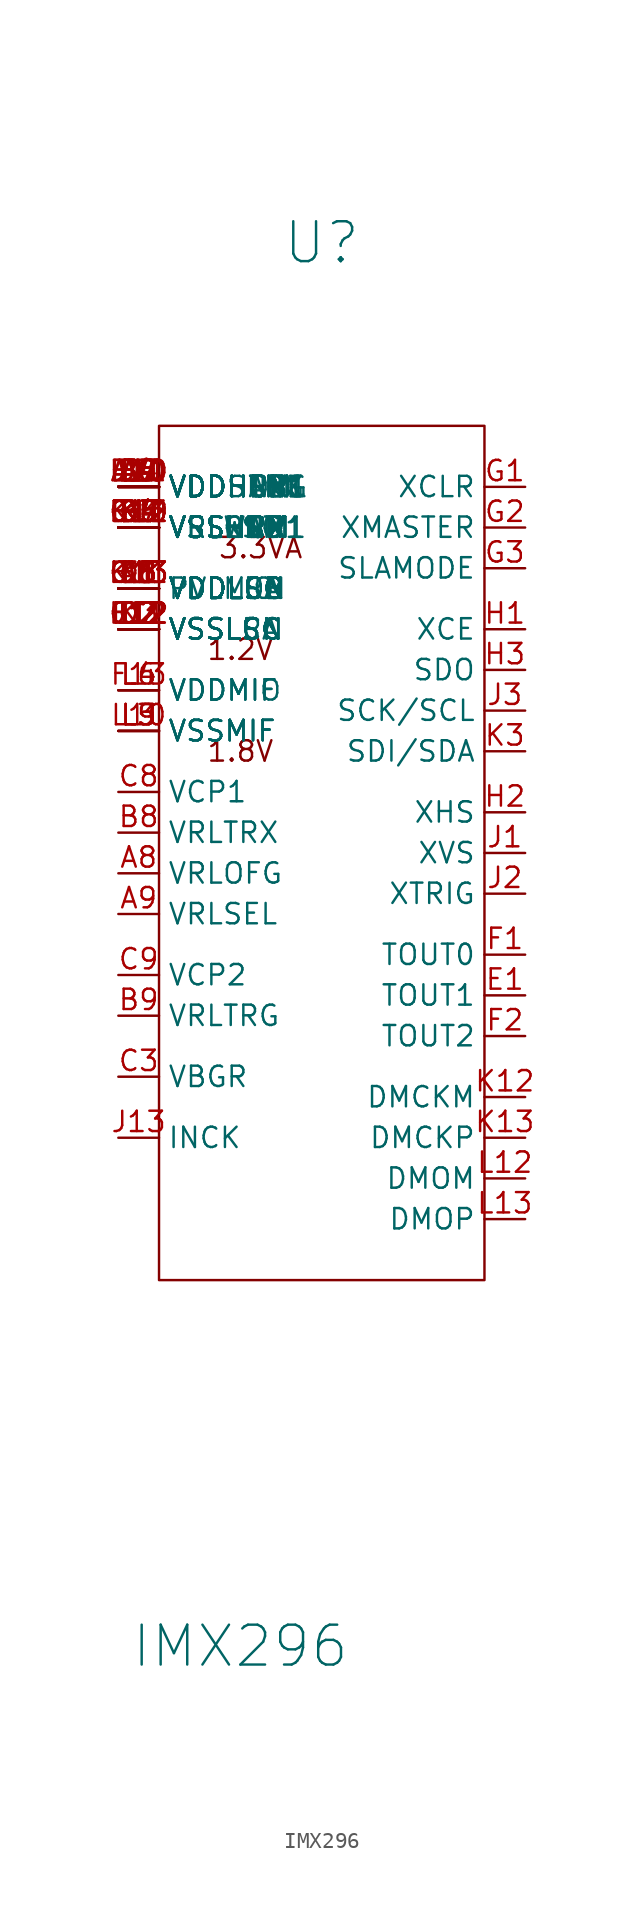
<source format=kicad_sym>
(kicad_symbol_lib
  (version 20220914)
  (generator kicad_symbol_editor)
  (symbol "IMX296"
    (property "Reference" "U"
      (at 0 38.1 0)
      (effects (font (size 2.489 2.489))))
    (property "Value" "IMX296"
      (at -5.08 -49.53 0)
      (effects (font (size 2.489 2.489))))
    (symbol "IMX296_0_0"
      (rectangle (start -10.16 26.67) (end 10.16 -26.67) (stroke (width 0) (type default)) (fill (type none)))
      (text "1.2V" (at -5.08 12.7 0) (effects (font (size 1.27 1.27))))
      (text "1.8V" (at -5.08 6.35 0) (effects (font (size 1.27 1.27))))
      (text "3.3VA" (at -3.81 19.05 0) (effects (font (size 1.27 1.27)))))
    (symbol "IMX296_1_1"
      (pin power_in line (at -12.7 22.86 0) (length 2.54) (name "VDDHSEL" (effects (font (size 1.27 1.27)))) (number "A10" (effects (font (size 1.27 1.27)))))
      (pin power_in line (at -12.7 22.86 0) (length 2.54) (name "VDDHTM1" (effects (font (size 1.27 1.27)))) (number "A11" (effects (font (size 1.27 1.27)))))
      (pin no_connect line (at -7.62 -20.32 0) (length 0) hide (name "NC" (effects (font (size 1.27 1.27)))) (number "A3" (effects (font (size 1.27 1.27)))))
      (pin power_in line (at -12.7 22.86 0) (length 2.54) (name "VDDHAN" (effects (font (size 1.27 1.27)))) (number "A4" (effects (font (size 1.27 1.27)))))
      (pin power_in line (at -12.7 16.51 0) (length 2.54) (name "PVLM" (effects (font (size 1.27 1.27)))) (number "A5" (effects (font (size 1.27 1.27)))))
      (pin power_in line (at -12.7 22.86 0) (length 2.54) (name "VDDHRST" (effects (font (size 1.27 1.27)))) (number "A6" (effects (font (size 1.27 1.27)))))
      (pin power_in line (at -12.7 22.86 0) (length 2.54) (name "VDDHOFG" (effects (font (size 1.27 1.27)))) (number "A7" (effects (font (size 1.27 1.27)))))
      (pin input line (at -12.7 -1.27 0) (length 2.54) (name "VRLOFG" (effects (font (size 1.27 1.27)))) (number "A8" (effects (font (size 1.27 1.27)))))
      (pin input line (at -12.7 -3.81 0) (length 2.54) (name "VRLSEL" (effects (font (size 1.27 1.27)))) (number "A9" (effects (font (size 1.27 1.27)))))
      (pin power_in line (at -12.7 22.86 0) (length 2.54) (name "VDDHTRG" (effects (font (size 1.27 1.27)))) (number "B10" (effects (font (size 1.27 1.27)))))
      (pin power_in line (at -12.7 20.32 0) (length 2.54) (name "VSSHTM1" (effects (font (size 1.27 1.27)))) (number "B11" (effects (font (size 1.27 1.27)))))
      (pin power_in line (at -12.7 20.32 0) (length 2.54) (name "VSSHAN" (effects (font (size 1.27 1.27)))) (number "B3" (effects (font (size 1.27 1.27)))))
      (pin power_in line (at -12.7 20.32 0) (length 2.54) (name "VSSHAN" (effects (font (size 1.27 1.27)))) (number "B4" (effects (font (size 1.27 1.27)))))
      (pin power_in line (at -12.7 20.32 0) (length 2.54) (name "VSSHPX" (effects (font (size 1.27 1.27)))) (number "B5" (effects (font (size 1.27 1.27)))))
      (pin power_in line (at -12.7 20.32 0) (length 2.54) (name "VRLRST" (effects (font (size 1.27 1.27)))) (number "B6" (effects (font (size 1.27 1.27)))))
      (pin power_in line (at -12.7 22.86 0) (length 2.54) (name "VDDHTRX" (effects (font (size 1.27 1.27)))) (number "B7" (effects (font (size 1.27 1.27)))))
      (pin input line (at -12.7 1.27 0) (length 2.54) (name "VRLTRX" (effects (font (size 1.27 1.27)))) (number "B8" (effects (font (size 1.27 1.27)))))
      (pin input line (at -12.7 -10.16 0) (length 2.54) (name "VRLTRG" (effects (font (size 1.27 1.27)))) (number "B9" (effects (font (size 1.27 1.27)))))
      (pin power_in line (at -12.7 16.51 0) (length 2.54) (name "VDDLON" (effects (font (size 1.27 1.27)))) (number "C1" (effects (font (size 1.27 1.27)))))
      (pin power_in line (at -12.7 20.32 0) (length 2.54) (name "VRLGND" (effects (font (size 1.27 1.27)))) (number "C10" (effects (font (size 1.27 1.27)))))
      (pin power_in line (at -12.7 20.32 0) (length 2.54) (name "VRLWSS" (effects (font (size 1.27 1.27)))) (number "C11" (effects (font (size 1.27 1.27)))))
      (pin power_in line (at -12.7 13.97 0) (length 2.54) (name "VSSLCN" (effects (font (size 1.27 1.27)))) (number "C12" (effects (font (size 1.27 1.27)))))
      (pin power_in line (at -12.7 16.51 0) (length 2.54) (name "VDDLCN" (effects (font (size 1.27 1.27)))) (number "C13" (effects (font (size 1.27 1.27)))))
      (pin power_in line (at -12.7 13.97 0) (length 2.54) (name "VSSLCN" (effects (font (size 1.27 1.27)))) (number "C2" (effects (font (size 1.27 1.27)))))
      (pin output line (at -12.7 -13.97 0) (length 2.54) (name "VBGR" (effects (font (size 1.27 1.27)))) (number "C3" (effects (font (size 1.27 1.27)))))
      (pin no_connect line (at -3.81 -21.59 0) (length 2.54) hide (name "NC" (effects (font (size 1.27 1.27)))) (number "C4" (effects (font (size 1.27 1.27)))))
      (pin no_connect line (at -7.62 -22.86 0) (length 0) hide (name "NC" (effects (font (size 1.27 1.27)))) (number "C5" (effects (font (size 1.27 1.27)))))
      (pin no_connect line (at -3.81 -20.32 0) (length 2.54) hide (name "NC" (effects (font (size 1.27 1.27)))) (number "C6" (effects (font (size 1.27 1.27)))))
      (pin power_in line (at -12.7 20.32 0) (length 2.54) (name "VSSHPX" (effects (font (size 1.27 1.27)))) (number "C7" (effects (font (size 1.27 1.27)))))
      (pin output line (at -12.7 3.81 0) (length 2.54) (name "VCP1" (effects (font (size 1.27 1.27)))) (number "C8" (effects (font (size 1.27 1.27)))))
      (pin output line (at -12.7 -7.62 0) (length 2.54) (name "VCP2" (effects (font (size 1.27 1.27)))) (number "C9" (effects (font (size 1.27 1.27)))))
      (pin power_in line (at -12.7 16.51 0) (length 2.54) (name "VDDLSC" (effects (font (size 1.27 1.27)))) (number "D1" (effects (font (size 1.27 1.27)))))
      (pin power_in line (at -12.7 20.32 0) (length 2.54) (name "VSSHPX" (effects (font (size 1.27 1.27)))) (number "D10" (effects (font (size 1.27 1.27)))))
      (pin power_in line (at -12.7 20.32 0) (length 2.54) (name "VSSHPX" (effects (font (size 1.27 1.27)))) (number "D11" (effects (font (size 1.27 1.27)))))
      (pin power_in line (at -12.7 20.32 0) (length 2.54) (name "VSSLSC" (effects (font (size 1.27 1.27)))) (number "D12" (effects (font (size 1.27 1.27)))))
      (pin power_in line (at -12.7 16.51 0) (length 2.54) (name "VDDLSC" (effects (font (size 1.27 1.27)))) (number "D13" (effects (font (size 1.27 1.27)))))
      (pin power_in line (at -12.7 13.97 0) (length 2.54) (name "VSSLSC" (effects (font (size 1.27 1.27)))) (number "D2" (effects (font (size 1.27 1.27)))))
      (pin power_in line (at -12.7 13.97 0) (length 2.54) (name "VSSLSC" (effects (font (size 1.27 1.27)))) (number "D3" (effects (font (size 1.27 1.27)))))
      (pin power_in line (at -12.7 20.32 0) (length 2.54) (name "VSSHPX" (effects (font (size 1.27 1.27)))) (number "D4" (effects (font (size 1.27 1.27)))))
      (pin power_in line (at -12.7 20.32 0) (length 2.54) (name "VSSHCM" (effects (font (size 1.27 1.27)))) (number "D5" (effects (font (size 1.27 1.27)))))
      (pin power_in line (at -12.7 20.32 0) (length 2.54) (name "VSSHCM" (effects (font (size 1.27 1.27)))) (number "D6" (effects (font (size 1.27 1.27)))))
      (pin power_in line (at -12.7 20.32 0) (length 2.54) (name "VSSHPX" (effects (font (size 1.27 1.27)))) (number "D7" (effects (font (size 1.27 1.27)))))
      (pin power_in line (at -12.7 20.32 0) (length 2.54) (name "VSSHCM" (effects (font (size 1.27 1.27)))) (number "D8" (effects (font (size 1.27 1.27)))))
      (pin power_in line (at -12.7 20.32 0) (length 2.54) (name "VSSHCM" (effects (font (size 1.27 1.27)))) (number "D9" (effects (font (size 1.27 1.27)))))
      (pin output line (at 12.7 -8.89 180) (length 2.54) (name "TOUT1" (effects (font (size 1.27 1.27)))) (number "E1" (effects (font (size 1.27 1.27)))))
      (pin power_in line (at -12.7 22.86 0) (length 2.54) (name "VDDHPX" (effects (font (size 1.27 1.27)))) (number "E10" (effects (font (size 1.27 1.27)))))
      (pin no_connect line (at -3.81 -24.13 0) (length 2.54) hide (name "NC" (effects (font (size 1.27 1.27)))) (number "E11" (effects (font (size 1.27 1.27)))))
      (pin power_in line (at -12.7 20.32 0) (length 2.54) (name "VSSH" (effects (font (size 1.27 1.27)))) (number "E12" (effects (font (size 1.27 1.27)))))
      (pin power_in line (at -12.7 20.32 0) (length 2.54) (name "VSSH" (effects (font (size 1.27 1.27)))) (number "E13" (effects (font (size 1.27 1.27)))))
      (pin no_connect line (at -5.08 -24.13 0) (length 0) hide (name "NC" (effects (font (size 1.27 1.27)))) (number "E2" (effects (font (size 1.27 1.27)))))
      (pin no_connect line (at -5.08 -22.86 0) (length 0) hide (name "NC" (effects (font (size 1.27 1.27)))) (number "E3" (effects (font (size 1.27 1.27)))))
      (pin power_in line (at -12.7 22.86 0) (length 2.54) (name "VDDHPX" (effects (font (size 1.27 1.27)))) (number "E4" (effects (font (size 1.27 1.27)))))
      (pin power_in line (at -12.7 16.51 0) (length 2.54) (name "VDDLCB" (effects (font (size 1.27 1.27)))) (number "E5" (effects (font (size 1.27 1.27)))))
      (pin power_in line (at -12.7 22.86 0) (length 2.54) (name "VDDHCM" (effects (font (size 1.27 1.27)))) (number "E6" (effects (font (size 1.27 1.27)))))
      (pin power_in line (at -12.7 22.86 0) (length 2.54) (name "VDDSUB" (effects (font (size 1.27 1.27)))) (number "E7" (effects (font (size 1.27 1.27)))))
      (pin power_in line (at -12.7 16.51 0) (length 2.54) (name "VDDLCB" (effects (font (size 1.27 1.27)))) (number "E8" (effects (font (size 1.27 1.27)))))
      (pin power_in line (at -12.7 22.86 0) (length 2.54) (name "VDDHCM" (effects (font (size 1.27 1.27)))) (number "E9" (effects (font (size 1.27 1.27)))))
      (pin output line (at 12.7 -6.35 180) (length 2.54) (name "TOUT0" (effects (font (size 1.27 1.27)))) (number "F1" (effects (font (size 1.27 1.27)))))
      (pin no_connect line (at -7.62 -21.59 0) (length 0) hide (name "NC" (effects (font (size 1.27 1.27)))) (number "F10" (effects (font (size 1.27 1.27)))))
      (pin no_connect line (at -5.08 -21.59 0) (length 0) hide (name "NC" (effects (font (size 1.27 1.27)))) (number "F11" (effects (font (size 1.27 1.27)))))
      (pin power_in line (at -12.7 13.97 0) (length 2.54) (name "VSSLSC" (effects (font (size 1.27 1.27)))) (number "F12" (effects (font (size 1.27 1.27)))))
      (pin power_in line (at -12.7 10.16 0) (length 2.54) (name "VDDMIO" (effects (font (size 1.27 1.27)))) (number "F13" (effects (font (size 1.27 1.27)))))
      (pin output line (at 12.7 -11.43 180) (length 2.54) (name "TOUT2" (effects (font (size 1.27 1.27)))) (number "F2" (effects (font (size 1.27 1.27)))))
      (pin no_connect line (at -3.81 -22.86 0) (length 2.54) hide (name "NC" (effects (font (size 1.27 1.27)))) (number "F3" (effects (font (size 1.27 1.27)))))
      (pin power_in line (at -12.7 22.86 0) (length 2.54) (name "VDDHCP1" (effects (font (size 1.27 1.27)))) (number "F4" (effects (font (size 1.27 1.27)))))
      (pin input line (at 12.7 22.86 180) (length 2.54) (name "XCLR" (effects (font (size 1.27 1.27)))) (number "G1" (effects (font (size 1.27 1.27)))))
      (pin no_connect line (at -5.08 -20.32 0) (length 0) hide (name "NC" (effects (font (size 1.27 1.27)))) (number "G10" (effects (font (size 1.27 1.27)))))
      (pin no_connect line (at -7.62 -25.4 0) (length 0) hide (name "NC" (effects (font (size 1.27 1.27)))) (number "G11" (effects (font (size 1.27 1.27)))))
      (pin power_in line (at -12.7 13.97 0) (length 2.54) (name "VSSLCN" (effects (font (size 1.27 1.27)))) (number "G12" (effects (font (size 1.27 1.27)))))
      (pin power_in line (at -12.7 16.51 0) (length 2.54) (name "VDDLCN" (effects (font (size 1.27 1.27)))) (number "G13" (effects (font (size 1.27 1.27)))))
      (pin input line (at 12.7 20.32 180) (length 2.54) (name "XMASTER" (effects (font (size 1.27 1.27)))) (number "G2" (effects (font (size 1.27 1.27)))))
      (pin input line (at 12.7 17.78 180) (length 2.54) (name "SLAMODE" (effects (font (size 1.27 1.27)))) (number "G3" (effects (font (size 1.27 1.27)))))
      (pin power_in line (at -12.7 20.32 0) (length 2.54) (name "VSSHCP1" (effects (font (size 1.27 1.27)))) (number "G4" (effects (font (size 1.27 1.27)))))
      (pin input line (at 12.7 13.97 180) (length 2.54) (name "XCE" (effects (font (size 1.27 1.27)))) (number "H1" (effects (font (size 1.27 1.27)))))
      (pin no_connect line (at -3.81 -25.4 0) (length 2.54) hide (name "NC" (effects (font (size 1.27 1.27)))) (number "H10" (effects (font (size 1.27 1.27)))))
      (pin no_connect line (at -2.54 -20.32 0) (length 2.54) hide (name "NC" (effects (font (size 1.27 1.27)))) (number "H11" (effects (font (size 1.27 1.27)))))
      (pin power_in line (at -12.7 13.97 0) (length 2.54) (name "VSSLSC" (effects (font (size 1.27 1.27)))) (number "H12" (effects (font (size 1.27 1.27)))))
      (pin power_in line (at -12.7 16.51 0) (length 2.54) (name "VDDLSC" (effects (font (size 1.27 1.27)))) (number "H13" (effects (font (size 1.27 1.27)))))
      (pin bidirectional line (at 12.7 2.54 180) (length 2.54) (name "XHS" (effects (font (size 1.27 1.27)))) (number "H2" (effects (font (size 1.27 1.27)))))
      (pin output line (at 12.7 11.43 180) (length 2.54) (name "SDO" (effects (font (size 1.27 1.27)))) (number "H3" (effects (font (size 1.27 1.27)))))
      (pin no_connect line (at -2.54 -22.86 0) (length 2.54) hide (name "NC" (effects (font (size 1.27 1.27)))) (number "H4" (effects (font (size 1.27 1.27)))))
      (pin bidirectional line (at 12.7 0 180) (length 2.54) (name "XVS" (effects (font (size 1.27 1.27)))) (number "J1" (effects (font (size 1.27 1.27)))))
      (pin power_in line (at -12.7 22.86 0) (length 2.54) (name "VDDHPX" (effects (font (size 1.27 1.27)))) (number "J10" (effects (font (size 1.27 1.27)))))
      (pin no_connect line (at -2.54 -24.13 0) (length 2.54) hide (name "NC" (effects (font (size 1.27 1.27)))) (number "J11" (effects (font (size 1.27 1.27)))))
      (pin power_in line (at -12.7 13.97 0) (length 2.54) (name "VSSLSC" (effects (font (size 1.27 1.27)))) (number "J12" (effects (font (size 1.27 1.27)))))
      (pin input line (at -12.7 -17.78 0) (length 2.54) (name "INCK" (effects (font (size 1.27 1.27)))) (number "J13" (effects (font (size 1.27 1.27)))))
      (pin input line (at 12.7 -2.54 180) (length 2.54) (name "XTRIG" (effects (font (size 1.27 1.27)))) (number "J2" (effects (font (size 1.27 1.27)))))
      (pin input line (at 12.7 8.89 180) (length 2.54) (name "SCK/SCL" (effects (font (size 1.27 1.27)))) (number "J3" (effects (font (size 1.27 1.27)))))
      (pin power_in line (at -12.7 22.86 0) (length 2.54) (name "VDDHPX" (effects (font (size 1.27 1.27)))) (number "J4" (effects (font (size 1.27 1.27)))))
      (pin power_in line (at -12.7 16.51 0) (length 2.54) (name "VDDLCB" (effects (font (size 1.27 1.27)))) (number "J5" (effects (font (size 1.27 1.27)))))
      (pin power_in line (at -12.7 22.86 0) (length 2.54) (name "VDDHCM" (effects (font (size 1.27 1.27)))) (number "J6" (effects (font (size 1.27 1.27)))))
      (pin no_connect line (at -2.54 -25.4 0) (length 2.54) hide (name "NC" (effects (font (size 1.27 1.27)))) (number "J7" (effects (font (size 1.27 1.27)))))
      (pin power_in line (at -12.7 16.51 0) (length 2.54) (name "VDDLCB" (effects (font (size 1.27 1.27)))) (number "J8" (effects (font (size 1.27 1.27)))))
      (pin power_in line (at -12.7 22.86 0) (length 2.54) (name "VDDHCM" (effects (font (size 1.27 1.27)))) (number "J9" (effects (font (size 1.27 1.27)))))
      (pin power_in line (at -12.7 16.51 0) (length 2.54) (name "VDDLSC" (effects (font (size 1.27 1.27)))) (number "K1" (effects (font (size 1.27 1.27)))))
      (pin power_in line (at -12.7 20.32 0) (length 2.54) (name "VSSHPX" (effects (font (size 1.27 1.27)))) (number "K10" (effects (font (size 1.27 1.27)))))
      (pin power_in line (at -12.7 16.51 0) (length 2.54) (name "VDDLIO" (effects (font (size 1.27 1.27)))) (number "K11" (effects (font (size 1.27 1.27)))))
      (pin output line (at 12.7 -15.24 180) (length 2.54) (name "DMCKM" (effects (font (size 1.27 1.27)))) (number "K12" (effects (font (size 1.27 1.27)))))
      (pin output line (at 12.7 -17.78 180) (length 2.54) (name "DMCKP" (effects (font (size 1.27 1.27)))) (number "K13" (effects (font (size 1.27 1.27)))))
      (pin power_in line (at -12.7 13.97 0) (length 2.54) (name "VSSLSC" (effects (font (size 1.27 1.27)))) (number "K2" (effects (font (size 1.27 1.27)))))
      (pin bidirectional line (at 12.7 6.35 180) (length 2.54) (name "SDI/SDA" (effects (font (size 1.27 1.27)))) (number "K3" (effects (font (size 1.27 1.27)))))
      (pin power_in line (at -12.7 20.32 0) (length 2.54) (name "VSSHPX" (effects (font (size 1.27 1.27)))) (number "K4" (effects (font (size 1.27 1.27)))))
      (pin power_in line (at -12.7 20.32 0) (length 2.54) (name "VSSHCM" (effects (font (size 1.27 1.27)))) (number "K5" (effects (font (size 1.27 1.27)))))
      (pin power_in line (at -12.7 20.32 0) (length 2.54) (name "VSSHCM" (effects (font (size 1.27 1.27)))) (number "K6" (effects (font (size 1.27 1.27)))))
      (pin no_connect line (at -1.27 -20.32 0) (length 2.54) hide (name "NC" (effects (font (size 1.27 1.27)))) (number "K7" (effects (font (size 1.27 1.27)))))
      (pin power_in line (at -12.7 20.32 0) (length 2.54) (name "VSSHCM" (effects (font (size 1.27 1.27)))) (number "K8" (effects (font (size 1.27 1.27)))))
      (pin power_in line (at -12.7 20.32 0) (length 2.54) (name "VSSHCM" (effects (font (size 1.27 1.27)))) (number "K9" (effects (font (size 1.27 1.27)))))
      (pin power_in line (at -12.7 16.51 0) (length 2.54) (name "VDDLCN" (effects (font (size 1.27 1.27)))) (number "L1" (effects (font (size 1.27 1.27)))))
      (pin power_in line (at -12.7 7.62 0) (length 2.54) (name "VSSMIF" (effects (font (size 1.27 1.27)))) (number "L10" (effects (font (size 1.27 1.27)))))
      (pin power_in line (at -12.7 13.97 0) (length 2.54) (name "VSSLSC" (effects (font (size 1.27 1.27)))) (number "L11" (effects (font (size 1.27 1.27)))))
      (pin output line (at 12.7 -20.32 180) (length 2.54) (name "DMOM" (effects (font (size 1.27 1.27)))) (number "L12" (effects (font (size 1.27 1.27)))))
      (pin output line (at 12.7 -22.86 180) (length 2.54) (name "DMOP" (effects (font (size 1.27 1.27)))) (number "L13" (effects (font (size 1.27 1.27)))))
      (pin power_in line (at -12.7 13.97 0) (length 2.54) (name "VSSLCN" (effects (font (size 1.27 1.27)))) (number "L2" (effects (font (size 1.27 1.27)))))
      (pin power_in line (at -12.7 7.62 0) (length 2.54) (name "VSSMIF" (effects (font (size 1.27 1.27)))) (number "L3" (effects (font (size 1.27 1.27)))))
      (pin power_in line (at -12.7 10.16 0) (length 2.54) (name "VDDMIF" (effects (font (size 1.27 1.27)))) (number "L4" (effects (font (size 1.27 1.27)))))
      (pin power_in line (at -12.7 7.62 0) (length 2.54) (name "VSSMIF" (effects (font (size 1.27 1.27)))) (number "L5" (effects (font (size 1.27 1.27)))))
      (pin power_in line (at -12.7 10.16 0) (length 2.54) (name "VDDMIF" (effects (font (size 1.27 1.27)))) (number "L6" (effects (font (size 1.27 1.27)))))
      (pin power_in line (at -12.7 13.97 0) (length 2.54) (name "VSSLPA" (effects (font (size 1.27 1.27)))) (number "L7" (effects (font (size 1.27 1.27)))))
      (pin power_in line (at -12.7 16.51 0) (length 2.54) (name "VDDLPA" (effects (font (size 1.27 1.27)))) (number "L8" (effects (font (size 1.27 1.27)))))
      (pin power_in line (at -12.7 7.62 0) (length 2.54) (name "VSSMIF" (effects (font (size 1.27 1.27)))) (number "L9" (effects (font (size 1.27 1.27)))))
      (pin no_connect line (at -1.27 -21.59 0) (length 2.54) hide (name "NC" (effects (font (size 1.27 1.27)))) (number "M10" (effects (font (size 1.27 1.27)))))
      (pin no_connect line (at -1.27 -24.13 0) (length 2.54) hide (name "NC" (effects (font (size 1.27 1.27)))) (number "M11" (effects (font (size 1.27 1.27)))))
      (pin no_connect line (at -1.27 -22.86 0) (length 2.54) hide (name "NC" (effects (font (size 1.27 1.27)))) (number "M3" (effects (font (size 1.27 1.27)))))
      (pin no_connect line (at -1.27 -25.4 0) (length 2.54) hide (name "NC" (effects (font (size 1.27 1.27)))) (number "M4" (effects (font (size 1.27 1.27)))))
      (pin no_connect line (at -2.54 -21.59 0) (length 2.54) hide (name "NC" (effects (font (size 1.27 1.27)))) (number "M5" (effects (font (size 1.27 1.27)))))
      (pin no_connect line (at 1.27 -19.05 0) (length 2.54) hide (name "NC" (effects (font (size 1.27 1.27)))) (number "M6" (effects (font (size 1.27 1.27)))))
      (pin no_connect line (at 1.27 -20.32 0) (length 2.54) hide (name "NC" (effects (font (size 1.27 1.27)))) (number "M7" (effects (font (size 1.27 1.27)))))
      (pin no_connect line (at 1.27 -21.59 0) (length 2.54) hide (name "NC" (effects (font (size 1.27 1.27)))) (number "M8" (effects (font (size 1.27 1.27)))))
      (pin no_connect line (at 1.27 -22.86 0) (length 2.54) hide (name "NC" (effects (font (size 1.27 1.27)))) (number "M9" (effects (font (size 1.27 1.27)))))
      (pin no_connect line (at 0 -19.05 0) (length 2.54) hide (name "NC" (effects (font (size 1.27 1.27)))) (number "N10" (effects (font (size 1.27 1.27)))))
      (pin no_connect line (at 1.27 -25.4 0) (length 2.54) hide (name "NC" (effects (font (size 1.27 1.27)))) (number "N11" (effects (font (size 1.27 1.27)))))
      (pin no_connect line (at 0 -20.32 0) (length 2.54) hide (name "NC" (effects (font (size 1.27 1.27)))) (number "N3" (effects (font (size 1.27 1.27)))))
      (pin no_connect line (at 0 -22.86 0) (length 2.54) hide (name "NC" (effects (font (size 1.27 1.27)))) (number "N4" (effects (font (size 1.27 1.27)))))
      (pin no_connect line (at -7.62 -24.13 0) (length 0) hide (name "NC" (effects (font (size 1.27 1.27)))) (number "N5" (effects (font (size 1.27 1.27)))))
      (pin no_connect line (at 0 -25.4 0) (length 2.54) hide (name "NC" (effects (font (size 1.27 1.27)))) (number "N6" (effects (font (size 1.27 1.27)))))
      (pin no_connect line (at 0 -24.13 0) (length 2.54) hide (name "NC" (effects (font (size 1.27 1.27)))) (number "N7" (effects (font (size 1.27 1.27)))))
      (pin no_connect line (at 0 -21.59 0) (length 2.54) hide (name "NC" (effects (font (size 1.27 1.27)))) (number "N8" (effects (font (size 1.27 1.27)))))
      (pin no_connect line (at 1.27 -24.13 0) (length 2.54) hide (name "NC" (effects (font (size 1.27 1.27)))) (number "N9" (effects (font (size 1.27 1.27))))))))
</source>
